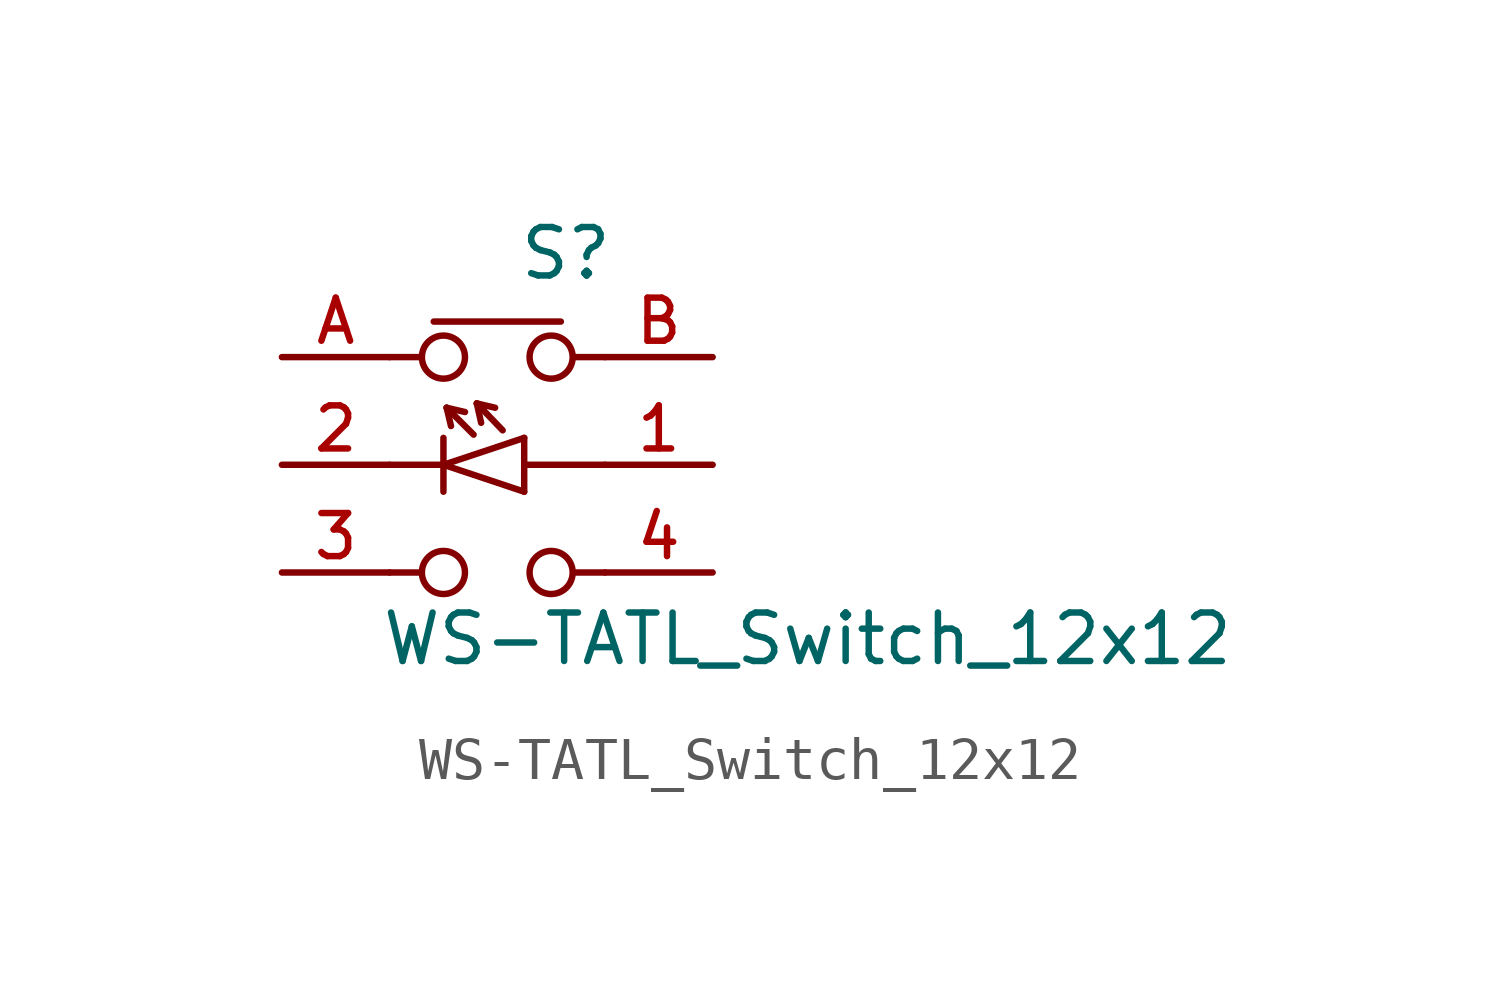
<source format=kicad_sym>
(kicad_symbol_lib
  (version 20220914)
  (generator kicad_symbol_editor)
  (symbol "WS-TATL_Switch_12x12"
    (pin_names
      (offset 1.016) hide)
    (property "Reference" "S"
      (at 0.483 4.318 0)
      (effects (font (size 1.143 1.143)) (justify left bottom)))
    (property "Value" "WS-TATL_Switch_12x12"
      (at -2.769 -4.775 0)
      (effects (font (size 1.143 1.143)) (justify left bottom)))
    (symbol "WS-TATL_Switch_12x12_1_0"
      (polyline (pts (xy -2.54 -2.54) (xy -1.803 -2.54)) (stroke (width 0) (type default)) (fill (type none)))
      (polyline (pts (xy -2.54 0) (xy -1.27 0)) (stroke (width 0) (type default)) (fill (type none)))
      (polyline (pts (xy -2.54 2.54) (xy -1.803 2.54)) (stroke (width 0) (type default)) (fill (type none)))
      (polyline (pts (xy -1.499 3.378) (xy 1.499 3.378)) (stroke (width 0) (type default)) (fill (type none)))
      (polyline (pts (xy -1.27 -0.635) (xy -1.27 0)) (stroke (width 0) (type default)) (fill (type none)))
      (polyline (pts (xy -1.27 0) (xy -1.27 0.635)) (stroke (width 0) (type default)) (fill (type none)))
      (polyline (pts (xy -1.27 0) (xy 0.635 0.635)) (stroke (width 0) (type default)) (fill (type none)))
      (polyline (pts (xy -1.194 1.346) (xy -1.092 0.914)) (stroke (width 0) (type default)) (fill (type none)))
      (polyline (pts (xy -1.194 1.346) (xy -0.762 1.245)) (stroke (width 0) (type default)) (fill (type none)))
      (polyline (pts (xy -0.559 0.711) (xy -1.194 1.346)) (stroke (width 0) (type default)) (fill (type none)))
      (polyline (pts (xy -0.483 1.448) (xy -0.381 0.991)) (stroke (width 0) (type default)) (fill (type none)))
      (polyline (pts (xy -0.483 1.448) (xy -0.051 1.346)) (stroke (width 0) (type default)) (fill (type none)))
      (polyline (pts (xy 0.127 0.813) (xy -0.483 1.448)) (stroke (width 0) (type default)) (fill (type none)))
      (polyline (pts (xy 0.635 -0.635) (xy -1.27 0)) (stroke (width 0) (type default)) (fill (type none)))
      (polyline (pts (xy 0.635 -0.635) (xy 0.635 0)) (stroke (width 0) (type default)) (fill (type none)))
      (polyline (pts (xy 0.635 0) (xy 0.635 0.635)) (stroke (width 0) (type default)) (fill (type none)))
      (polyline (pts (xy 1.803 -2.54) (xy 2.54 -2.54)) (stroke (width 0) (type default)) (fill (type none)))
      (polyline (pts (xy 1.803 2.54) (xy 2.54 2.54)) (stroke (width 0) (type default)) (fill (type none)))
      (polyline (pts (xy 2.54 0) (xy 0.635 0)) (stroke (width 0) (type default)) (fill (type none))))
    (symbol "WS-TATL_Switch_12x12_1_1"
      (circle (center -1.27 -2.54) (radius 0.508) (stroke (width 0) (type default)) (fill (type none)))
      (circle (center -1.27 2.54) (radius 0.508) (stroke (width 0) (type default)) (fill (type none)))
      (circle (center 1.27 -2.54) (radius 0.508) (stroke (width 0) (type default)) (fill (type none)))
      (circle (center 1.27 2.54) (radius 0.508) (stroke (width 0) (type default)) (fill (type none)))
      (pin passive line (at 5.08 0 180) (length 2.54) (name "1" (effects (font (size 1.016 1.016)))) (number "1" (effects (font (size 1.016 1.016)))))
      (pin passive line (at -5.08 0 0) (length 2.54) (name "2" (effects (font (size 1.016 1.016)))) (number "2" (effects (font (size 1.016 1.016)))))
      (pin passive line (at -5.08 -2.54 0) (length 2.54) (name "3" (effects (font (size 1.016 1.016)))) (number "3" (effects (font (size 1.016 1.016)))))
      (pin passive line (at 5.08 -2.54 180) (length 2.54) (name "4" (effects (font (size 1.016 1.016)))) (number "4" (effects (font (size 1.016 1.016)))))
      (pin passive line (at -5.08 2.54 0) (length 2.54) (name "A" (effects (font (size 1.016 1.016)))) (number "A" (effects (font (size 1.016 1.016)))))
      (pin passive line (at 5.08 2.54 180) (length 2.54) (name "B" (effects (font (size 1.016 1.016)))) (number "B" (effects (font (size 1.016 1.016))))))))
</source>
